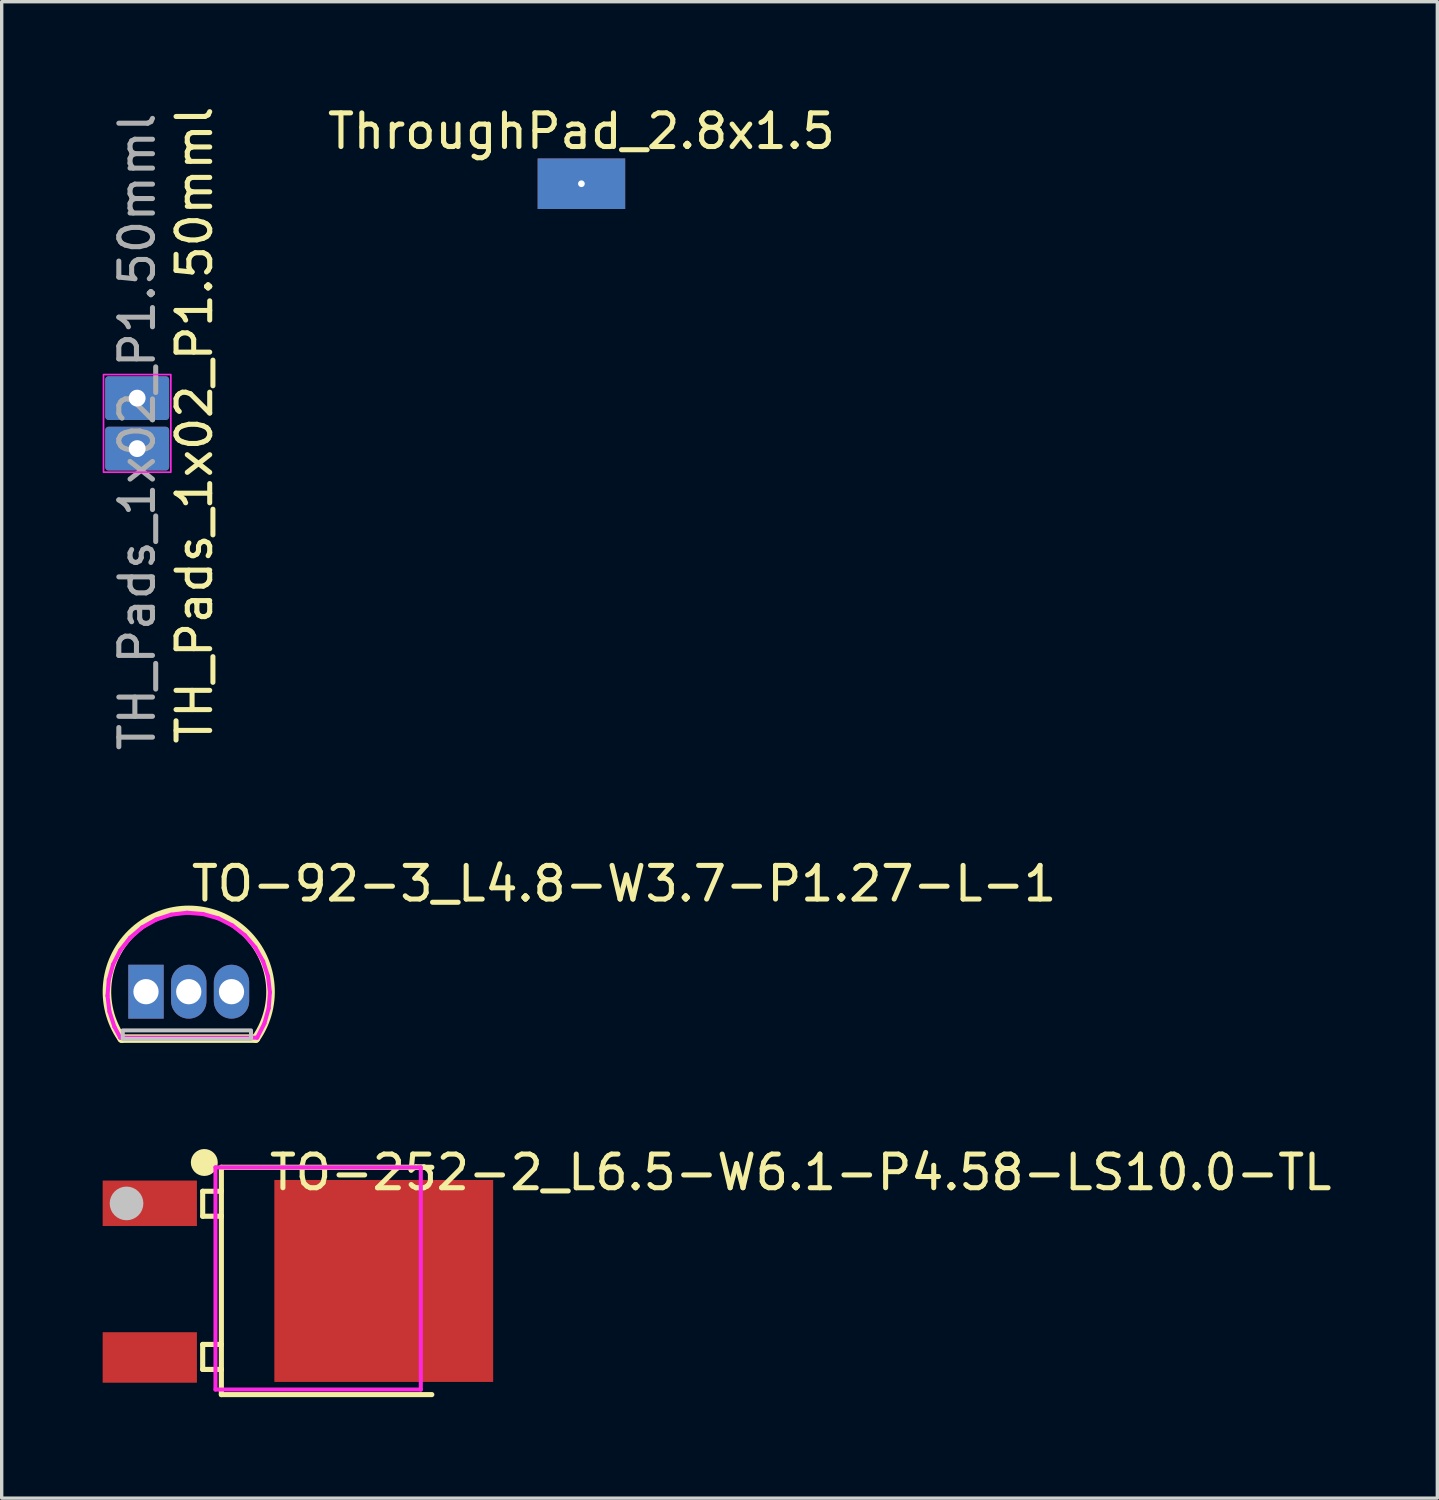
<source format=kicad_pcb>
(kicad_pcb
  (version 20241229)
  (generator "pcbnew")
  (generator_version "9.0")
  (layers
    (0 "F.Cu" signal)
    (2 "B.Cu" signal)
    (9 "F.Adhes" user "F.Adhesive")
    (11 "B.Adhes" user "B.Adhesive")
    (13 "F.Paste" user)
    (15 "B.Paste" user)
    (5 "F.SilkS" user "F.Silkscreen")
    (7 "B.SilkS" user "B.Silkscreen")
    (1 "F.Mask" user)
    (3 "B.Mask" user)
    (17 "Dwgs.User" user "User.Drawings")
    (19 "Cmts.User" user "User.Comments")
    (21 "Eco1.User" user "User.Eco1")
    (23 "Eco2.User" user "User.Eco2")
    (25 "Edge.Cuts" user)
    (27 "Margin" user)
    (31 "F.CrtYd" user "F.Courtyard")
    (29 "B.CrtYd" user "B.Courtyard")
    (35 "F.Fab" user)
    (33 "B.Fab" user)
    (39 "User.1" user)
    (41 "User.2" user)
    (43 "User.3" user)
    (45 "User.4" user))
  (footprint "TO-252-2_L6.5-W6.1-P4.58-LS10.0-TL"
    (layer "F.Cu")
    (at 4.875 34.986)
    (property "Reference" "TO-252-2_L6.5-W6.1-P4.58-LS10.0-TL" (at 0 -3.207 0) (layer "F.SilkS") (effects (font (size 1 1) (thickness 0.15)) (justify left)))
    (attr through_hole)
    (fp_line (start -1.904 -2.647) (end -1.904 -1.905) (stroke (width 0.152) (type solid)) (layer "F.SilkS"))
    (fp_line (start -1.904 -1.905) (end -1.348 -1.905) (stroke (width 0.152) (type solid)) (layer "F.SilkS"))
    (fp_line (start -1.904 1.903) (end -1.904 2.645) (stroke (width 0.152) (type solid)) (layer "F.SilkS"))
    (fp_line (start -1.904 2.645) (end -1.348 2.645) (stroke (width 0.152) (type solid)) (layer "F.SilkS"))
    (fp_line (start -1.349 -3.359) (end -1.349 3.393) (stroke (width 0.152) (type solid)) (layer "F.SilkS"))
    (fp_line (start -1.348 -2.647) (end -1.904 -2.647) (stroke (width 0.152) (type solid)) (layer "F.SilkS"))
    (fp_line (start -1.348 -1.905) (end -1.348 -1.916) (stroke (width 0.152) (type solid)) (layer "F.SilkS"))
    (fp_line (start -1.348 1.903) (end -1.904 1.903) (stroke (width 0.152) (type solid)) (layer "F.SilkS"))
    (fp_line (start -1.348 2.645) (end -1.348 2.635) (stroke (width 0.152) (type solid)) (layer "F.SilkS"))
    (fp_line (start 4.903 -3.359) (end -1.349 -3.359) (stroke (width 0.152) (type solid)) (layer "F.SilkS"))
    (fp_line (start 4.903 3.393) (end -1.349 3.393) (stroke (width 0.152) (type solid)) (layer "F.SilkS"))
    (fp_arc (start -1.857 -3.302) (mid -1.85627 -3.702002) (end -1.85446 -3.302003) (stroke (width 0.4) (type solid)) (layer "F.SilkS"))
    (fp_circle (center -4.166 -2.286) (end -3.916 -2.286) (stroke (width 0.5) (type solid)) (fill no) (layer "Dwgs.User"))
    (fp_line (start -2.648 -2.67) (end -1.263 -2.67) (stroke (width 0.12) (type solid)) (layer "Eco2.User"))
    (fp_line (start -2.648 -1.91) (end -2.648 -2.67) (stroke (width 0.12) (type solid)) (layer "Eco2.User"))
    (fp_line (start -2.648 1.91) (end -1.263 1.91) (stroke (width 0.12) (type solid)) (layer "Eco2.User"))
    (fp_line (start -2.648 2.67) (end -2.648 1.91) (stroke (width 0.12) (type solid)) (layer "Eco2.User"))
    (fp_line (start -1.263 -2.67) (end -1.263 -1.91) (stroke (width 0.12) (type solid)) (layer "Eco2.User"))
    (fp_line (start -1.263 -1.91) (end -2.648 -1.91) (stroke (width 0.12) (type solid)) (layer "Eco2.User"))
    (fp_line (start -1.263 1.91) (end -1.263 2.67) (stroke (width 0.12) (type solid)) (layer "Eco2.User"))
    (fp_line (start -1.263 2.67) (end -2.648 2.67) (stroke (width 0.12) (type solid)) (layer "Eco2.User"))
    (fp_circle (center -4.188 -3.357) (end -4.158 -3.357) (stroke (width 0.06) (type solid)) (fill no) (layer "Eco2.User"))
    (fp_poly (pts (xy -4.188 -1.91) (xy -4.188 -2.67) (xy -2.638 -2.67) (xy -2.638 -1.91)) (stroke (width 0.12) (type solid)) (fill no) (layer "Eco2.User"))
    (fp_poly (pts (xy -4.188 2.67) (xy -4.188 1.91) (xy -2.638 1.91) (xy -2.638 2.67)) (stroke (width 0.12) (type solid)) (fill no) (layer "Eco2.User"))
    (fp_poly (pts (xy 0.562 2.657) (xy 0.562 -2.623) (xy 5.384 -2.623) (xy 5.912 -2.095) (xy 5.912 2.129) (xy 5.384 2.657)) (stroke (width 0.12) (type solid)) (fill no) (layer "Eco2.User"))
    (fp_line (start -1.524 -3.357) (end 4.576 -3.357) (stroke (width 0.12) (type solid)) (layer "F.CrtYd"))
    (fp_line (start -1.524 3.243) (end -1.524 -3.357) (stroke (width 0.12) (type solid)) (layer "F.CrtYd"))
    (fp_line (start 4.576 -3.357) (end 4.576 3.243) (stroke (width 0.12) (type solid)) (layer "F.CrtYd"))
    (fp_line (start 4.576 3.243) (end -1.524 3.243) (stroke (width 0.12) (type solid)) (layer "F.CrtYd"))
    (pad "1" smd rect (at -3.475 -2.29) (size 2.8 1.35) (layers "F.Cu" "F.Mask" "F.Paste"))
    (pad "3" smd rect (at -3.475 2.29) (size 2.8 1.5) (layers "F.Cu" "F.Mask" "F.Paste"))
    (pad "4" smd rect (at 3.475 0.017) (size 6.5 6) (layers "F.Cu" "F.Mask" "F.Paste")))
  (footprint "TO-92-3_L4.8-W3.7-P1.27-L-1"
    (layer "F.Cu")
    (at 2.557 26.41)
    (property "Reference" "TO-92-3_L4.8-W3.7-P1.27-L-1" (at 0 -3.207 0) (layer "F.SilkS") (effects (font (size 1 1) (thickness 0.15)) (justify left)))
    (attr through_hole)
    (fp_line (start 1.99 1.394) (end -1.99 1.394) (stroke (width 0.254) (type solid)) (layer "F.SilkS"))
    (fp_arc (start -1.99 1.394) (mid -0.000465 -2.429678) (end 1.990534 1.393238) (stroke (width 0.254) (type solid)) (layer "F.SilkS"))
    (fp_poly (pts (xy -1.96 1.15) (xy 1.85 1.15) (xy 1.85 1.404) (xy -1.96 1.404)) (stroke (width 0.12) (type solid)) (fill no) (layer "Dwgs.User"))
    (fp_circle (center -2.414 1.366) (end -2.384 1.366) (stroke (width 0.06) (type solid)) (fill no) (layer "Eco2.User"))
    (fp_poly (pts (xy -1.502 0.195) (xy -1.502 -0.195) (xy -1.037 -0.195) (xy -1.037 0.195)) (stroke (width 0.12) (type solid)) (fill no) (layer "Eco2.User"))
    (fp_poly (pts (xy -0.232 0.195) (xy -0.232 -0.195) (xy 0.233 -0.195) (xy 0.233 0.195)) (stroke (width 0.12) (type solid)) (fill no) (layer "Eco2.User"))
    (fp_poly (pts (xy 1.038 0.195) (xy 1.038 -0.195) (xy 1.503 -0.195) (xy 1.503 0.195)) (stroke (width 0.12) (type solid)) (fill no) (layer "Eco2.User"))
    (fp_line (start -2.413 0.118) (end -2.357 0.587) (stroke (width 0.12) (type solid)) (layer "F.CrtYd"))
    (fp_line (start -2.376 -0.354) (end -2.413 0.118) (stroke (width 0.12) (type solid)) (layer "F.CrtYd"))
    (fp_line (start -2.357 0.587) (end -2.21 1.037) (stroke (width 0.12) (type solid)) (layer "F.CrtYd"))
    (fp_line (start -2.248 -0.81) (end -2.376 -0.354) (stroke (width 0.12) (type solid)) (layer "F.CrtYd"))
    (fp_line (start -2.21 1.037) (end -2.034 1.366) (stroke (width 0.12) (type solid)) (layer "F.CrtYd"))
    (fp_line (start -2.034 -1.231) (end -2.248 -0.81) (stroke (width 0.12) (type solid)) (layer "F.CrtYd"))
    (fp_line (start -2.034 1.366) (end 2.033 1.366) (stroke (width 0.12) (type solid)) (layer "F.CrtYd"))
    (fp_line (start -1.742 -1.603) (end -2.034 -1.231) (stroke (width 0.12) (type solid)) (layer "F.CrtYd"))
    (fp_line (start -1.382 -1.911) (end -1.742 -1.603) (stroke (width 0.12) (type solid)) (layer "F.CrtYd"))
    (fp_line (start -0.97 -2.142) (end -1.382 -1.911) (stroke (width 0.12) (type solid)) (layer "F.CrtYd"))
    (fp_line (start -0.52 -2.289) (end -0.97 -2.142) (stroke (width 0.12) (type solid)) (layer "F.CrtYd"))
    (fp_line (start -0.05 -2.345) (end -0.52 -2.289) (stroke (width 0.12) (type solid)) (layer "F.CrtYd"))
    (fp_line (start 0.421 -2.308) (end -0.05 -2.345) (stroke (width 0.12) (type solid)) (layer "F.CrtYd"))
    (fp_line (start 0.877 -2.18) (end 0.421 -2.308) (stroke (width 0.12) (type solid)) (layer "F.CrtYd"))
    (fp_line (start 1.298 -1.966) (end 0.877 -2.18) (stroke (width 0.12) (type solid)) (layer "F.CrtYd"))
    (fp_line (start 1.67 -1.674) (end 1.298 -1.966) (stroke (width 0.12) (type solid)) (layer "F.CrtYd"))
    (fp_line (start 1.978 -1.314) (end 1.67 -1.674) (stroke (width 0.12) (type solid)) (layer "F.CrtYd"))
    (fp_line (start 2.033 1.366) (end 2.247 0.945) (stroke (width 0.12) (type solid)) (layer "F.CrtYd"))
    (fp_line (start 2.209 -0.902) (end 1.978 -1.314) (stroke (width 0.12) (type solid)) (layer "F.CrtYd"))
    (fp_line (start 2.247 0.945) (end 2.375 0.489) (stroke (width 0.12) (type solid)) (layer "F.CrtYd"))
    (fp_line (start 2.356 -0.452) (end 2.209 -0.902) (stroke (width 0.12) (type solid)) (layer "F.CrtYd"))
    (fp_line (start 2.375 0.489) (end 2.412 0.018) (stroke (width 0.12) (type solid)) (layer "F.CrtYd"))
    (fp_line (start 2.412 0.018) (end 2.356 -0.452) (stroke (width 0.12) (type solid)) (layer "F.CrtYd"))
    (pad "1" thru_hole rect (at -1.27 0) (size 1.05 1.6) (drill 0.75) (layers "*.Cu" "*.Mask"))
    (pad "2" thru_hole oval (at 0 0) (size 1.05 1.6) (drill 0.75) (layers "*.Cu" "*.Mask"))
    (pad "3" thru_hole oval (at 1.27 0) (size 1.05 1.6) (drill 0.75) (layers "*.Cu" "*.Mask")))
  (footprint "ThroughPad_2.8x1.5"
    (layer "F.Cu")
    (at 14.222 2.408)
    (property "Reference" "ThroughPad_2.8x1.5" (at 0 -1.56 0) (layer "F.SilkS") (effects (font (size 1 1) (thickness 0.15))))
    (attr exclude_from_pos_files exclude_from_bom allow_missing_courtyard)
    (pad "1" thru_hole rect (at 0 0) (size 2.6 1.5) (drill 0.2) (layers "*.Cu" "*.Mask")))
  (footprint "TH_Pads_1x02_P1.50mml"
    (layer "F.Cu")
    (at 1.025 8.777)
    (property "Reference" "TH_Pads_1x02_P1.50mml" (at 1.7 0.8 90) (layer "F.SilkS") (effects (font (size 1 1) (thickness 0.15))))
    (attr through_hole)
    (fp_rect (start -1 -0.7) (end 1 2.2) (stroke (width 0.05) (type default)) (fill no) (layer "F.CrtYd"))
    (fp_text user "${REFERENCE}" (at 0 1 90) (layer "F.Fab") (effects (font (size 1 1) (thickness 0.15))))
    (pad "1" thru_hole roundrect (at 0 0) (size 1.9 1.3) (drill 0.5) (layers "*.Cu" "*.Mask") (roundrect_rratio 0.077))
    (pad "2" thru_hole roundrect (at 0 1.5) (size 1.9 1.3) (drill 0.5) (layers "*.Cu" "*.Mask") (roundrect_rratio 0.077)))
  (gr_rect
    (start -3 -3)
    (end 39.649 41.455)
    (stroke (width 0.1) (type default))
    (fill no)
    (layer "Edge.Cuts")))
</source>
